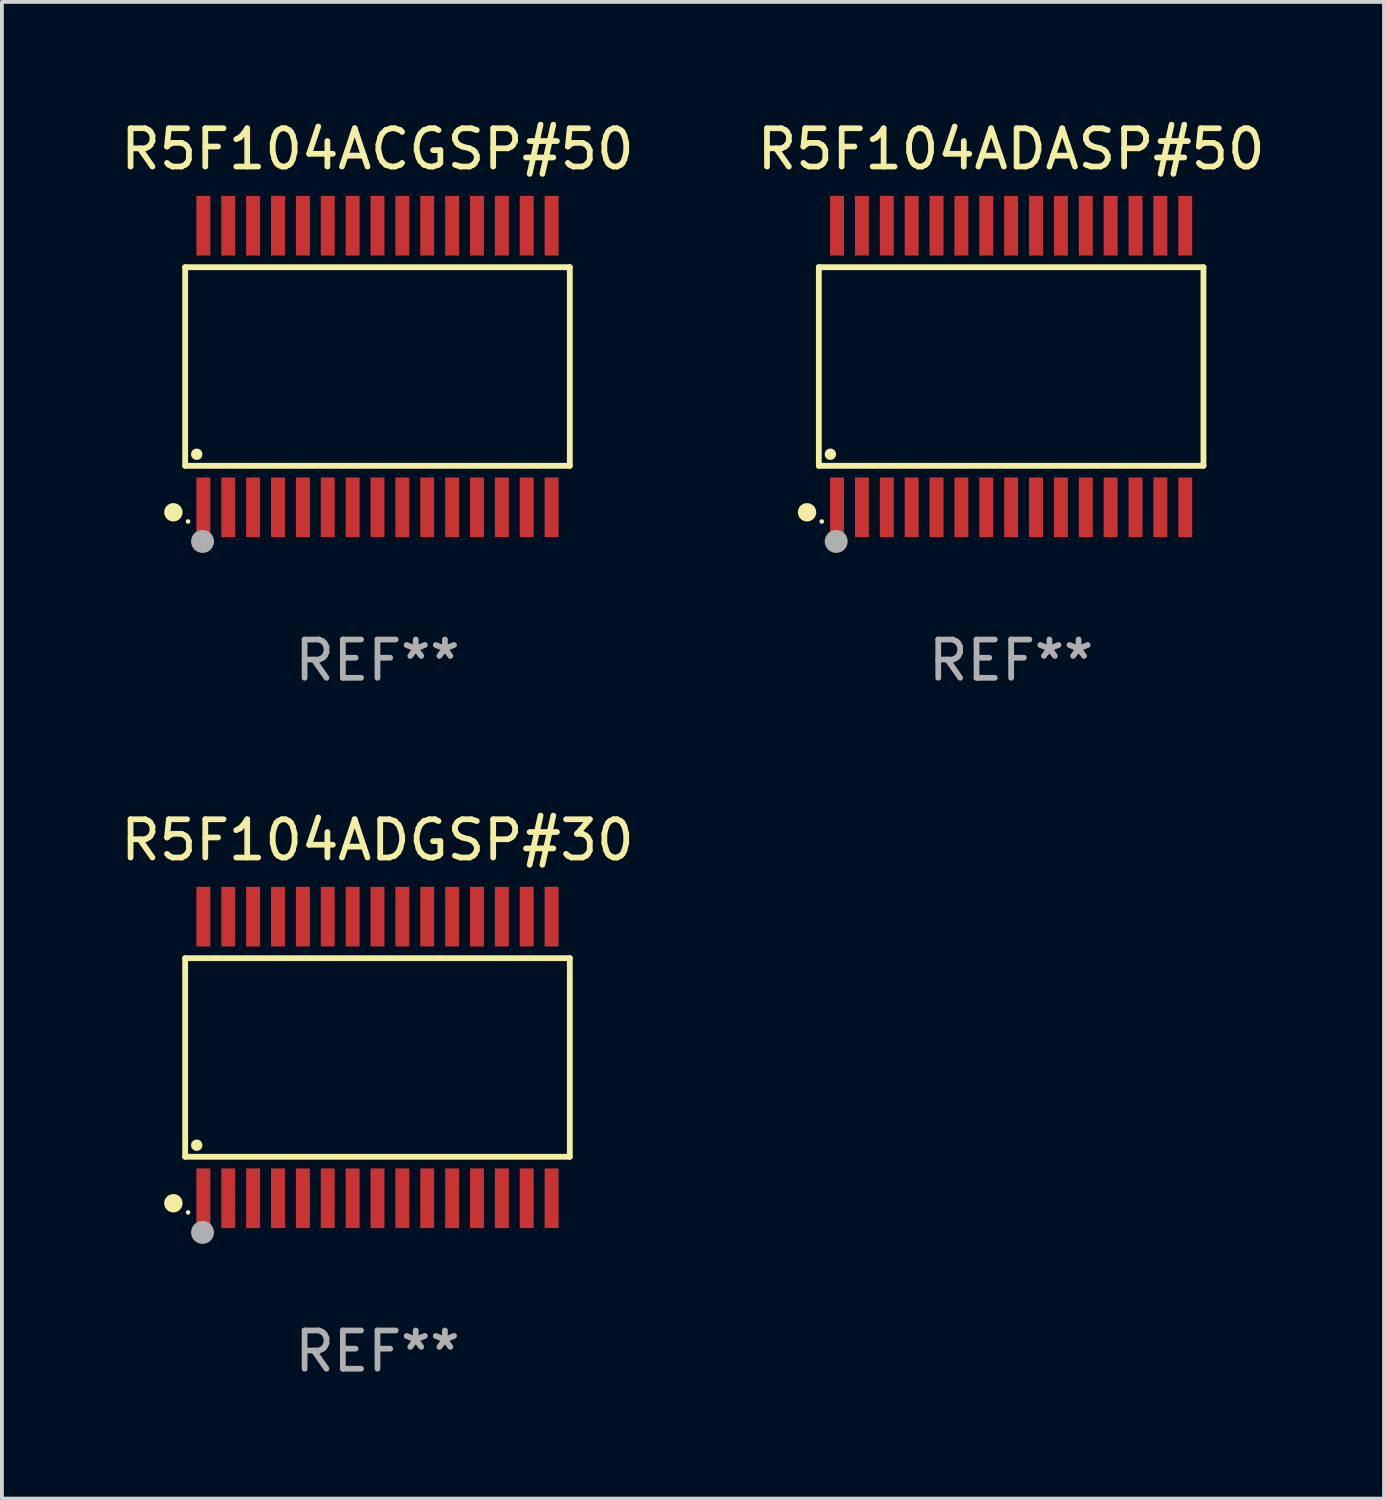
<source format=kicad_pcb>
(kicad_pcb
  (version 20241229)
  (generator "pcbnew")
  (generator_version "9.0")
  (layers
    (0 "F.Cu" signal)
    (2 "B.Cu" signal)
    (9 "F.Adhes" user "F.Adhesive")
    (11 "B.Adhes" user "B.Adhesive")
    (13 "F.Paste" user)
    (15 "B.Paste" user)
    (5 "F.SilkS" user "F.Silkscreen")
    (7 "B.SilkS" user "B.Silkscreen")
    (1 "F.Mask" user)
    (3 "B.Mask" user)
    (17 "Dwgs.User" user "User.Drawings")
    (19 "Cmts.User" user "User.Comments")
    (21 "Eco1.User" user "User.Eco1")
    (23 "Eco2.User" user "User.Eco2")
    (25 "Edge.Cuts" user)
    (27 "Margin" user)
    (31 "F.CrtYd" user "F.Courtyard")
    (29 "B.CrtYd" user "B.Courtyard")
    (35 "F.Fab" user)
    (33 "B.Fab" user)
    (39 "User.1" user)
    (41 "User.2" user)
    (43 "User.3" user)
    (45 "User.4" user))
  (footprint "R5F104ADASP#50"
    (layer "F.Cu")
    (at 23.375 6.528)
    (property "Reference" "R5F104ADASP#50" (at 0 -5.68 0) (layer "F.SilkS") (effects (font (size 1 1) (thickness 0.15))))
    (attr through_hole)
    (fp_line (start -5.026 -2.595) (end 5.026 -2.595) (stroke (width 0.152) (type solid)) (layer "F.SilkS"))
    (fp_line (start -5.026 2.595) (end -5.026 -2.595) (stroke (width 0.152) (type solid)) (layer "F.SilkS"))
    (fp_line (start 5.026 -2.595) (end 5.026 2.595) (stroke (width 0.152) (type solid)) (layer "F.SilkS"))
    (fp_line (start 5.026 2.595) (end -5.026 2.595) (stroke (width 0.152) (type solid)) (layer "F.SilkS"))
    (fp_circle (center -5.334 3.81) (end -5.214 3.81) (stroke (width 0.24) (type solid)) (fill no) (layer "F.SilkS"))
    (fp_circle (center -4.95 4.05) (end -4.92 4.05) (stroke (width 0.06) (type solid)) (fill no) (layer "F.SilkS"))
    (fp_circle (center -4.724 2.293) (end -4.649 2.293) (stroke (width 0.15) (type solid)) (fill no) (layer "F.SilkS"))
    (fp_circle (center -4.572 4.572) (end -4.422 4.572) (stroke (width 0.3) (type solid)) (fill no) (layer "F.Fab"))
    (fp_text user "REF**" (at 0 7.68 0) (layer "F.Fab") (effects (font (size 1 1) (thickness 0.15))))
    (pad "1" smd rect (at -4.55 3.68) (size 0.364 1.56) (layers "F.Cu" "F.Mask" "F.Paste"))
    (pad "2" smd rect (at -3.9 3.68) (size 0.364 1.56) (layers "F.Cu" "F.Mask" "F.Paste"))
    (pad "3" smd rect (at -3.25 3.68) (size 0.364 1.56) (layers "F.Cu" "F.Mask" "F.Paste"))
    (pad "4" smd rect (at -2.6 3.68) (size 0.364 1.56) (layers "F.Cu" "F.Mask" "F.Paste"))
    (pad "5" smd rect (at -1.95 3.68) (size 0.364 1.56) (layers "F.Cu" "F.Mask" "F.Paste"))
    (pad "6" smd rect (at -1.3 3.68) (size 0.364 1.56) (layers "F.Cu" "F.Mask" "F.Paste"))
    (pad "7" smd rect (at -0.65 3.68) (size 0.364 1.56) (layers "F.Cu" "F.Mask" "F.Paste"))
    (pad "8" smd rect (at -0.000013 3.68) (size 0.364 1.56) (layers "F.Cu" "F.Mask" "F.Paste"))
    (pad "9" smd rect (at 0.65 3.68) (size 0.364 1.56) (layers "F.Cu" "F.Mask" "F.Paste"))
    (pad "10" smd rect (at 1.3 3.68) (size 0.364 1.56) (layers "F.Cu" "F.Mask" "F.Paste"))
    (pad "11" smd rect (at 1.95 3.68) (size 0.364 1.56) (layers "F.Cu" "F.Mask" "F.Paste"))
    (pad "12" smd rect (at 2.6 3.68) (size 0.364 1.56) (layers "F.Cu" "F.Mask" "F.Paste"))
    (pad "13" smd rect (at 3.25 3.68) (size 0.364 1.56) (layers "F.Cu" "F.Mask" "F.Paste"))
    (pad "14" smd rect (at 3.9 3.68) (size 0.364 1.56) (layers "F.Cu" "F.Mask" "F.Paste"))
    (pad "15" smd rect (at 4.55 3.68) (size 0.364 1.56) (layers "F.Cu" "F.Mask" "F.Paste"))
    (pad "16" smd rect (at 4.55 -3.68) (size 0.364 1.56) (layers "F.Cu" "F.Mask" "F.Paste"))
    (pad "17" smd rect (at 3.9 -3.68) (size 0.364 1.56) (layers "F.Cu" "F.Mask" "F.Paste"))
    (pad "18" smd rect (at 3.25 -3.68) (size 0.364 1.56) (layers "F.Cu" "F.Mask" "F.Paste"))
    (pad "19" smd rect (at 2.6 -3.68) (size 0.364 1.56) (layers "F.Cu" "F.Mask" "F.Paste"))
    (pad "20" smd rect (at 1.95 -3.68) (size 0.364 1.56) (layers "F.Cu" "F.Mask" "F.Paste"))
    (pad "21" smd rect (at 1.3 -3.68) (size 0.364 1.56) (layers "F.Cu" "F.Mask" "F.Paste"))
    (pad "22" smd rect (at 0.65 -3.68) (size 0.364 1.56) (layers "F.Cu" "F.Mask" "F.Paste"))
    (pad "23" smd rect (at -0.000013 -3.68) (size 0.364 1.56) (layers "F.Cu" "F.Mask" "F.Paste"))
    (pad "24" smd rect (at -0.65 -3.68) (size 0.364 1.56) (layers "F.Cu" "F.Mask" "F.Paste"))
    (pad "25" smd rect (at -1.3 -3.68) (size 0.364 1.56) (layers "F.Cu" "F.Mask" "F.Paste"))
    (pad "26" smd rect (at -1.95 -3.68) (size 0.364 1.56) (layers "F.Cu" "F.Mask" "F.Paste"))
    (pad "27" smd rect (at -2.6 -3.68) (size 0.364 1.56) (layers "F.Cu" "F.Mask" "F.Paste"))
    (pad "28" smd rect (at -3.25 -3.68) (size 0.364 1.56) (layers "F.Cu" "F.Mask" "F.Paste"))
    (pad "29" smd rect (at -3.9 -3.68) (size 0.364 1.56) (layers "F.Cu" "F.Mask" "F.Paste"))
    (pad "30" smd rect (at -4.55 -3.68) (size 0.364 1.56) (layers "F.Cu" "F.Mask" "F.Paste")))
  (footprint "R5F104ACGSP#50"
    (layer "F.Cu")
    (at 6.815 6.528)
    (property "Reference" "R5F104ACGSP#50" (at 0 -5.68 0) (layer "F.SilkS") (effects (font (size 1 1) (thickness 0.15))))
    (attr through_hole)
    (fp_line (start -5.026 -2.595) (end 5.026 -2.595) (stroke (width 0.152) (type solid)) (layer "F.SilkS"))
    (fp_line (start -5.026 2.595) (end -5.026 -2.595) (stroke (width 0.152) (type solid)) (layer "F.SilkS"))
    (fp_line (start 5.026 -2.595) (end 5.026 2.595) (stroke (width 0.152) (type solid)) (layer "F.SilkS"))
    (fp_line (start 5.026 2.595) (end -5.026 2.595) (stroke (width 0.152) (type solid)) (layer "F.SilkS"))
    (fp_circle (center -5.334 3.81) (end -5.214 3.81) (stroke (width 0.24) (type solid)) (fill no) (layer "F.SilkS"))
    (fp_circle (center -4.95 4.05) (end -4.92 4.05) (stroke (width 0.06) (type solid)) (fill no) (layer "F.SilkS"))
    (fp_circle (center -4.724 2.293) (end -4.649 2.293) (stroke (width 0.15) (type solid)) (fill no) (layer "F.SilkS"))
    (fp_circle (center -4.572 4.572) (end -4.422 4.572) (stroke (width 0.3) (type solid)) (fill no) (layer "F.Fab"))
    (fp_text user "REF**" (at 0 7.68 0) (layer "F.Fab") (effects (font (size 1 1) (thickness 0.15))))
    (pad "1" smd rect (at -4.55 3.68) (size 0.364 1.56) (layers "F.Cu" "F.Mask" "F.Paste"))
    (pad "2" smd rect (at -3.9 3.68) (size 0.364 1.56) (layers "F.Cu" "F.Mask" "F.Paste"))
    (pad "3" smd rect (at -3.25 3.68) (size 0.364 1.56) (layers "F.Cu" "F.Mask" "F.Paste"))
    (pad "4" smd rect (at -2.6 3.68) (size 0.364 1.56) (layers "F.Cu" "F.Mask" "F.Paste"))
    (pad "5" smd rect (at -1.95 3.68) (size 0.364 1.56) (layers "F.Cu" "F.Mask" "F.Paste"))
    (pad "6" smd rect (at -1.3 3.68) (size 0.364 1.56) (layers "F.Cu" "F.Mask" "F.Paste"))
    (pad "7" smd rect (at -0.65 3.68) (size 0.364 1.56) (layers "F.Cu" "F.Mask" "F.Paste"))
    (pad "8" smd rect (at -0.000013 3.68) (size 0.364 1.56) (layers "F.Cu" "F.Mask" "F.Paste"))
    (pad "9" smd rect (at 0.65 3.68) (size 0.364 1.56) (layers "F.Cu" "F.Mask" "F.Paste"))
    (pad "10" smd rect (at 1.3 3.68) (size 0.364 1.56) (layers "F.Cu" "F.Mask" "F.Paste"))
    (pad "11" smd rect (at 1.95 3.68) (size 0.364 1.56) (layers "F.Cu" "F.Mask" "F.Paste"))
    (pad "12" smd rect (at 2.6 3.68) (size 0.364 1.56) (layers "F.Cu" "F.Mask" "F.Paste"))
    (pad "13" smd rect (at 3.25 3.68) (size 0.364 1.56) (layers "F.Cu" "F.Mask" "F.Paste"))
    (pad "14" smd rect (at 3.9 3.68) (size 0.364 1.56) (layers "F.Cu" "F.Mask" "F.Paste"))
    (pad "15" smd rect (at 4.55 3.68) (size 0.364 1.56) (layers "F.Cu" "F.Mask" "F.Paste"))
    (pad "16" smd rect (at 4.55 -3.68) (size 0.364 1.56) (layers "F.Cu" "F.Mask" "F.Paste"))
    (pad "17" smd rect (at 3.9 -3.68) (size 0.364 1.56) (layers "F.Cu" "F.Mask" "F.Paste"))
    (pad "18" smd rect (at 3.25 -3.68) (size 0.364 1.56) (layers "F.Cu" "F.Mask" "F.Paste"))
    (pad "19" smd rect (at 2.6 -3.68) (size 0.364 1.56) (layers "F.Cu" "F.Mask" "F.Paste"))
    (pad "20" smd rect (at 1.95 -3.68) (size 0.364 1.56) (layers "F.Cu" "F.Mask" "F.Paste"))
    (pad "21" smd rect (at 1.3 -3.68) (size 0.364 1.56) (layers "F.Cu" "F.Mask" "F.Paste"))
    (pad "22" smd rect (at 0.65 -3.68) (size 0.364 1.56) (layers "F.Cu" "F.Mask" "F.Paste"))
    (pad "23" smd rect (at -0.000013 -3.68) (size 0.364 1.56) (layers "F.Cu" "F.Mask" "F.Paste"))
    (pad "24" smd rect (at -0.65 -3.68) (size 0.364 1.56) (layers "F.Cu" "F.Mask" "F.Paste"))
    (pad "25" smd rect (at -1.3 -3.68) (size 0.364 1.56) (layers "F.Cu" "F.Mask" "F.Paste"))
    (pad "26" smd rect (at -1.95 -3.68) (size 0.364 1.56) (layers "F.Cu" "F.Mask" "F.Paste"))
    (pad "27" smd rect (at -2.6 -3.68) (size 0.364 1.56) (layers "F.Cu" "F.Mask" "F.Paste"))
    (pad "28" smd rect (at -3.25 -3.68) (size 0.364 1.56) (layers "F.Cu" "F.Mask" "F.Paste"))
    (pad "29" smd rect (at -3.9 -3.68) (size 0.364 1.56) (layers "F.Cu" "F.Mask" "F.Paste"))
    (pad "30" smd rect (at -4.55 -3.68) (size 0.364 1.56) (layers "F.Cu" "F.Mask" "F.Paste")))
  (footprint "R5F104ADGSP#30"
    (layer "F.Cu")
    (at 6.815 24.585)
    (property "Reference" "R5F104ADGSP#30" (at 0 -5.68 0) (layer "F.SilkS") (effects (font (size 1 1) (thickness 0.15))))
    (attr through_hole)
    (fp_line (start -5.026 -2.595) (end 5.026 -2.595) (stroke (width 0.152) (type solid)) (layer "F.SilkS"))
    (fp_line (start -5.026 2.595) (end -5.026 -2.595) (stroke (width 0.152) (type solid)) (layer "F.SilkS"))
    (fp_line (start 5.026 -2.595) (end 5.026 2.595) (stroke (width 0.152) (type solid)) (layer "F.SilkS"))
    (fp_line (start 5.026 2.595) (end -5.026 2.595) (stroke (width 0.152) (type solid)) (layer "F.SilkS"))
    (fp_circle (center -5.334 3.81) (end -5.214 3.81) (stroke (width 0.24) (type solid)) (fill no) (layer "F.SilkS"))
    (fp_circle (center -4.95 4.05) (end -4.92 4.05) (stroke (width 0.06) (type solid)) (fill no) (layer "F.SilkS"))
    (fp_circle (center -4.724 2.293) (end -4.649 2.293) (stroke (width 0.15) (type solid)) (fill no) (layer "F.SilkS"))
    (fp_circle (center -4.572 4.572) (end -4.422 4.572) (stroke (width 0.3) (type solid)) (fill no) (layer "F.Fab"))
    (fp_text user "REF**" (at 0 7.68 0) (layer "F.Fab") (effects (font (size 1 1) (thickness 0.15))))
    (pad "1" smd rect (at -4.55 3.68) (size 0.364 1.56) (layers "F.Cu" "F.Mask" "F.Paste"))
    (pad "2" smd rect (at -3.9 3.68) (size 0.364 1.56) (layers "F.Cu" "F.Mask" "F.Paste"))
    (pad "3" smd rect (at -3.25 3.68) (size 0.364 1.56) (layers "F.Cu" "F.Mask" "F.Paste"))
    (pad "4" smd rect (at -2.6 3.68) (size 0.364 1.56) (layers "F.Cu" "F.Mask" "F.Paste"))
    (pad "5" smd rect (at -1.95 3.68) (size 0.364 1.56) (layers "F.Cu" "F.Mask" "F.Paste"))
    (pad "6" smd rect (at -1.3 3.68) (size 0.364 1.56) (layers "F.Cu" "F.Mask" "F.Paste"))
    (pad "7" smd rect (at -0.65 3.68) (size 0.364 1.56) (layers "F.Cu" "F.Mask" "F.Paste"))
    (pad "8" smd rect (at -0.000013 3.68) (size 0.364 1.56) (layers "F.Cu" "F.Mask" "F.Paste"))
    (pad "9" smd rect (at 0.65 3.68) (size 0.364 1.56) (layers "F.Cu" "F.Mask" "F.Paste"))
    (pad "10" smd rect (at 1.3 3.68) (size 0.364 1.56) (layers "F.Cu" "F.Mask" "F.Paste"))
    (pad "11" smd rect (at 1.95 3.68) (size 0.364 1.56) (layers "F.Cu" "F.Mask" "F.Paste"))
    (pad "12" smd rect (at 2.6 3.68) (size 0.364 1.56) (layers "F.Cu" "F.Mask" "F.Paste"))
    (pad "13" smd rect (at 3.25 3.68) (size 0.364 1.56) (layers "F.Cu" "F.Mask" "F.Paste"))
    (pad "14" smd rect (at 3.9 3.68) (size 0.364 1.56) (layers "F.Cu" "F.Mask" "F.Paste"))
    (pad "15" smd rect (at 4.55 3.68) (size 0.364 1.56) (layers "F.Cu" "F.Mask" "F.Paste"))
    (pad "16" smd rect (at 4.55 -3.68) (size 0.364 1.56) (layers "F.Cu" "F.Mask" "F.Paste"))
    (pad "17" smd rect (at 3.9 -3.68) (size 0.364 1.56) (layers "F.Cu" "F.Mask" "F.Paste"))
    (pad "18" smd rect (at 3.25 -3.68) (size 0.364 1.56) (layers "F.Cu" "F.Mask" "F.Paste"))
    (pad "19" smd rect (at 2.6 -3.68) (size 0.364 1.56) (layers "F.Cu" "F.Mask" "F.Paste"))
    (pad "20" smd rect (at 1.95 -3.68) (size 0.364 1.56) (layers "F.Cu" "F.Mask" "F.Paste"))
    (pad "21" smd rect (at 1.3 -3.68) (size 0.364 1.56) (layers "F.Cu" "F.Mask" "F.Paste"))
    (pad "22" smd rect (at 0.65 -3.68) (size 0.364 1.56) (layers "F.Cu" "F.Mask" "F.Paste"))
    (pad "23" smd rect (at -0.000013 -3.68) (size 0.364 1.56) (layers "F.Cu" "F.Mask" "F.Paste"))
    (pad "24" smd rect (at -0.65 -3.68) (size 0.364 1.56) (layers "F.Cu" "F.Mask" "F.Paste"))
    (pad "25" smd rect (at -1.3 -3.68) (size 0.364 1.56) (layers "F.Cu" "F.Mask" "F.Paste"))
    (pad "26" smd rect (at -1.95 -3.68) (size 0.364 1.56) (layers "F.Cu" "F.Mask" "F.Paste"))
    (pad "27" smd rect (at -2.6 -3.68) (size 0.364 1.56) (layers "F.Cu" "F.Mask" "F.Paste"))
    (pad "28" smd rect (at -3.25 -3.68) (size 0.364 1.56) (layers "F.Cu" "F.Mask" "F.Paste"))
    (pad "29" smd rect (at -3.9 -3.68) (size 0.364 1.56) (layers "F.Cu" "F.Mask" "F.Paste"))
    (pad "30" smd rect (at -4.55 -3.68) (size 0.364 1.56) (layers "F.Cu" "F.Mask" "F.Paste")))
  (gr_rect
    (start -3 -3)
    (end 33.119 36.113)
    (stroke (width 0.1) (type default))
    (fill no)
    (layer "Edge.Cuts")))
</source>
